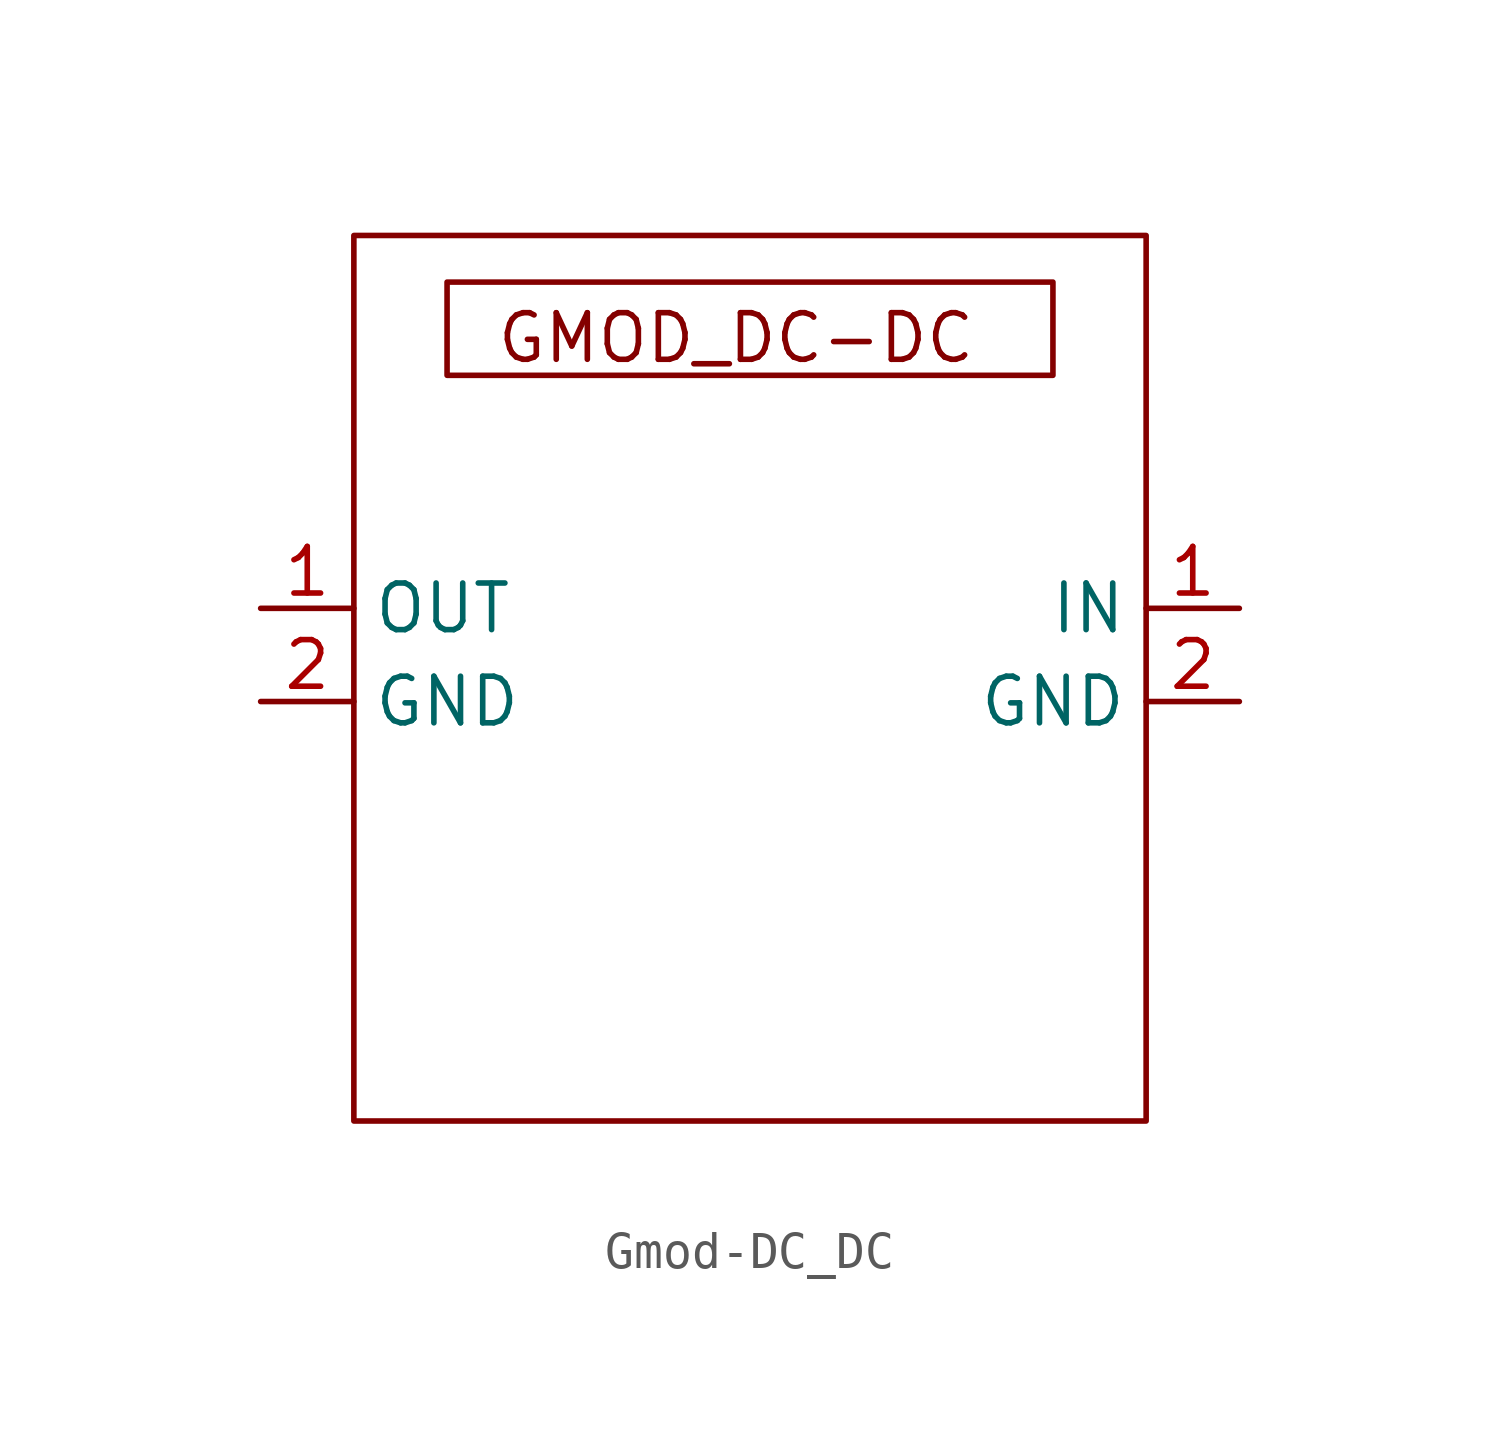
<source format=kicad_sym>
(kicad_symbol_lib
  (version 20241209)
  (generator "kicad_symbol_editor")
  (generator_version "9.0")
  (symbol "Gmod-DC_DC"
    (property "Reference" "U"
      (at 7.874 4.572 0)
      (effects (font (size 1.27 1.27)) (hide yes)))
    (property "Value" ""
      (at 0 0 0)
      (effects (font (size 1.27 1.27))))
    (symbol "Gmod-DC_DC_0_1"
      (rectangle (start -21.59 24.13) (end 0 0) (stroke (width 0) (type default)) (fill (type none)))
      (rectangle (start -19.05 22.86) (end -2.54 20.32) (stroke (width 0) (type default)) (fill (type none))))
    (symbol "Gmod-DC_DC_1_1"
      (text "GMOD_DC-DC" (at -11.176 21.336 0) (effects (font (size 1.27 1.27))))
      (pin output line (at -24.13 13.97 0) (length 2.54) (name "OUT" (effects (font (size 1.27 1.27)))) (number "1" (effects (font (size 1.27 1.27)))))
      (pin output line (at -24.13 11.43 0) (length 2.54) (name "GND" (effects (font (size 1.27 1.27)))) (number "2" (effects (font (size 1.27 1.27)))))
      (pin input line (at 2.54 13.97 180) (length 2.54) (name "IN" (effects (font (size 1.27 1.27)))) (number "1" (effects (font (size 1.27 1.27)))))
      (pin power_in line (at 2.54 11.43 180) (length 2.54) (name "GND" (effects (font (size 1.27 1.27)))) (number "2" (effects (font (size 1.27 1.27))))))))
</source>
